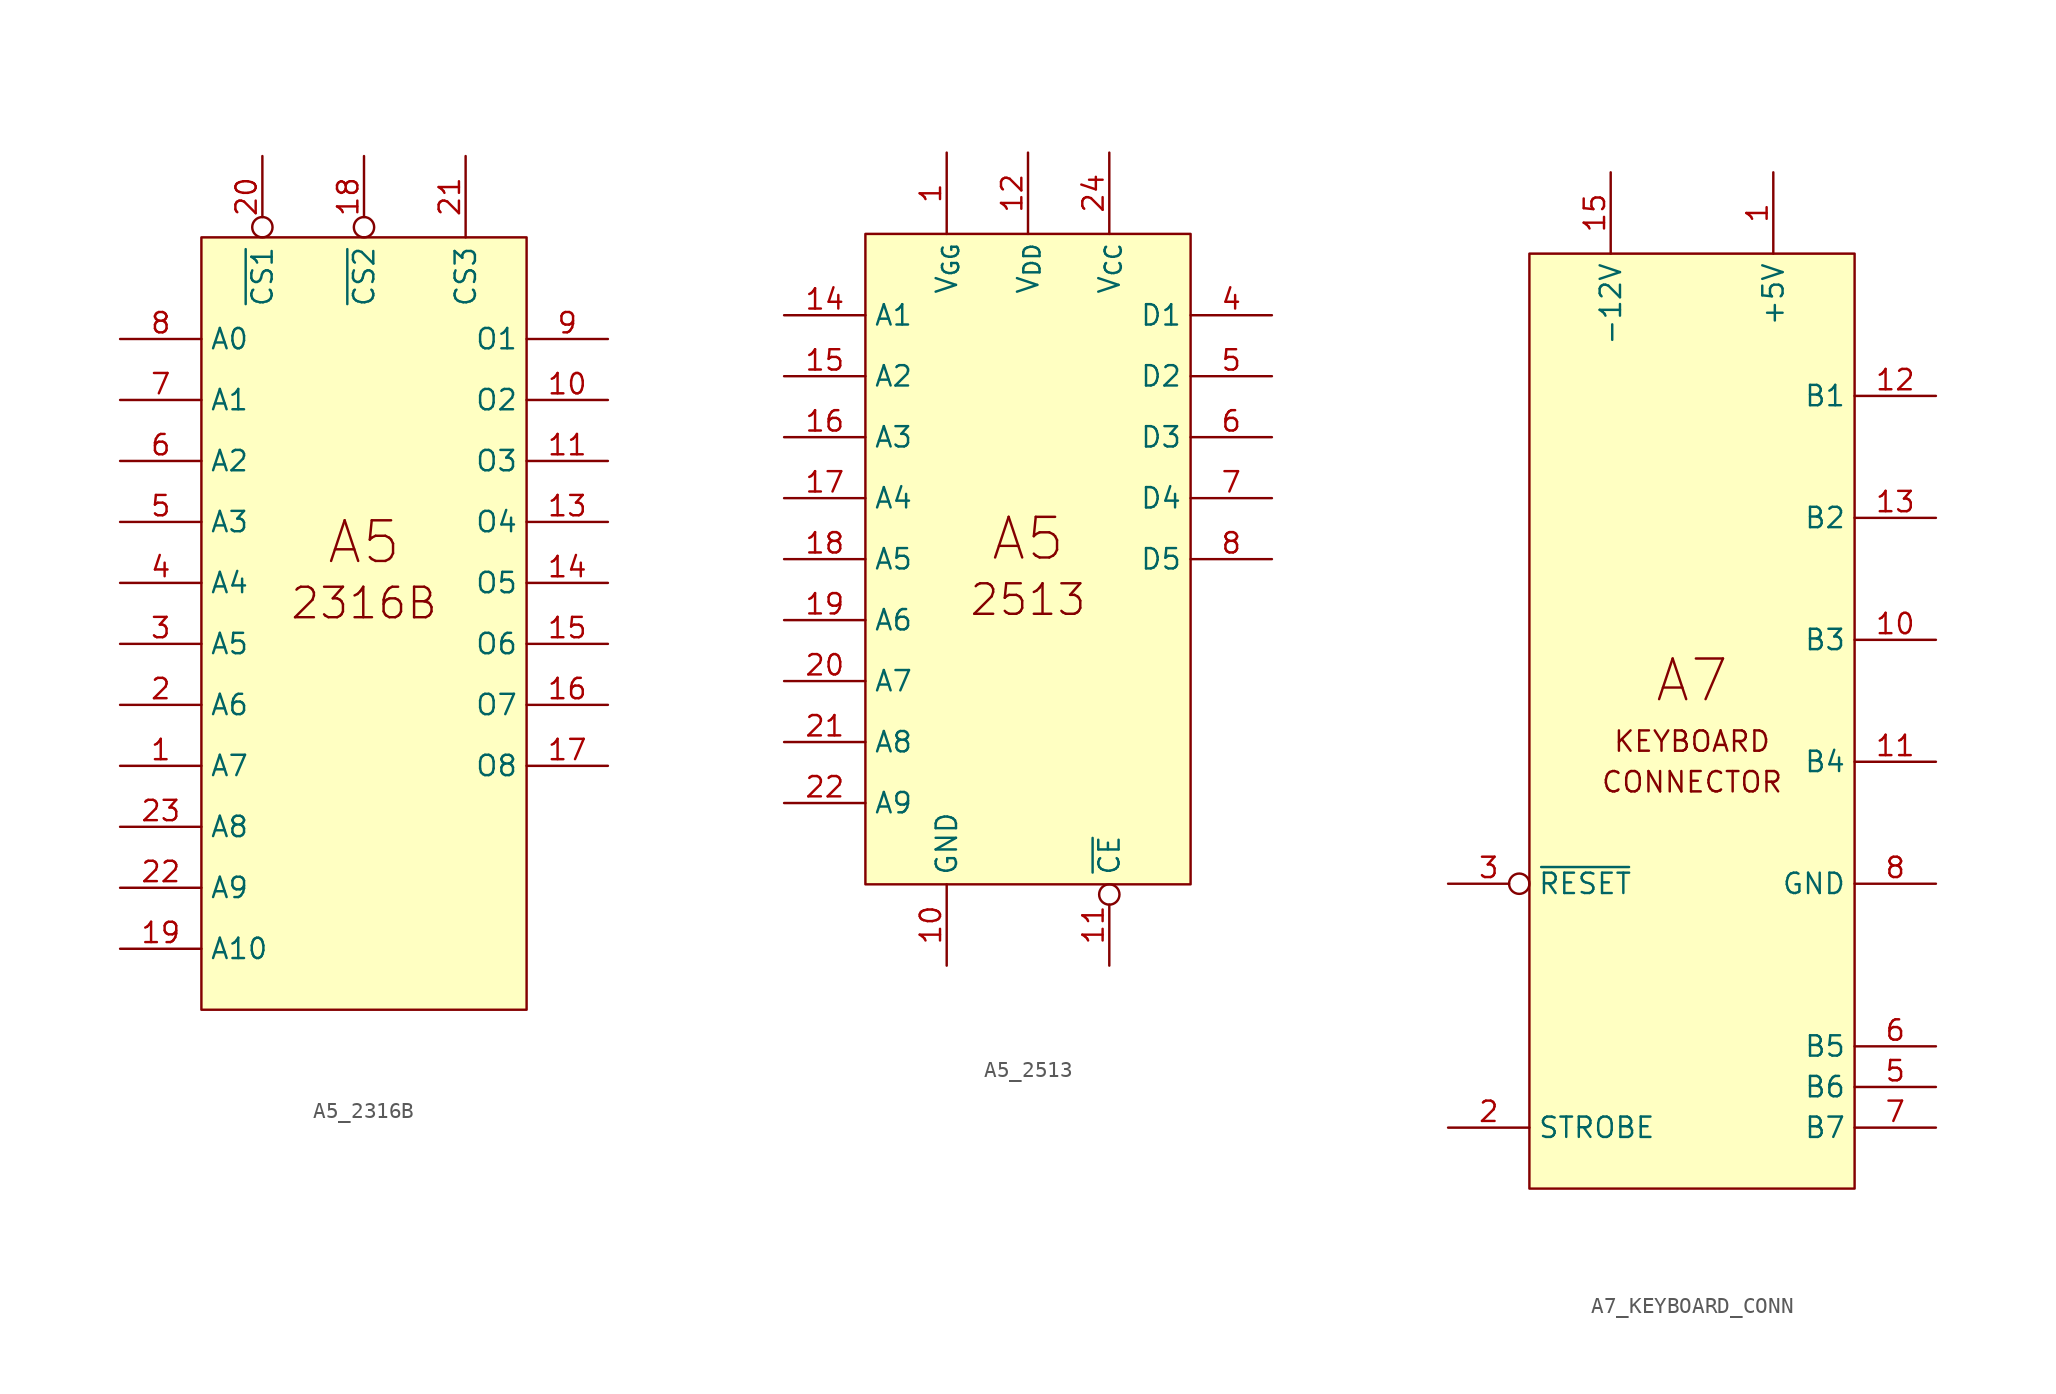
<source format=kicad_sym>
(kicad_symbol_lib
  (version 20211014)
  (generator kicad_symbol_editor)
  (symbol "A5_2316B"
    (property "Reference" "U"
      (at -44.45 30.48 0)
      (effects (font (size 1.27 1.27)) hide))
    (symbol "A5_2316B_0_0"
      (rectangle (start 0 -1.27) (end 20.32 -49.53) (stroke (width 0) (type default) (color 0 0 0 0)) (fill (type background)))
      (text "2316B" (at 10.16 -24.13 0) (effects (font (size 1.905 1.905))))
      (text "A5" (at 10.16 -20.32 0) (effects (font (size 2.54 2.54))))
      (pin passive inverted (at 10.16 3.81 270) (length 5.08) (name "~{CS2}" (effects (font (size 1.27 1.27)))) (number "18" (effects (font (size 1.27 1.27)))))
      (pin passive inverted (at 3.81 3.81 270) (length 5.08) (name "~{CS1}" (effects (font (size 1.27 1.27)))) (number "20" (effects (font (size 1.27 1.27)))))
      (pin passive line (at 16.51 3.81 270) (length 5.08) (name "CS3" (effects (font (size 1.27 1.27)))) (number "21" (effects (font (size 1.27 1.27))))))
    (symbol "A5_2316B_1_0"
      (pin passive line (at -5.08 -34.29 0) (length 5.08) (name "A7" (effects (font (size 1.27 1.27)))) (number "1" (effects (font (size 1.27 1.27)))))
      (pin passive line (at 25.4 -11.43 180) (length 5.08) (name "O2" (effects (font (size 1.27 1.27)))) (number "10" (effects (font (size 1.27 1.27)))))
      (pin passive line (at 25.4 -15.24 180) (length 5.08) (name "O3" (effects (font (size 1.27 1.27)))) (number "11" (effects (font (size 1.27 1.27)))))
      (pin passive line (at 25.4 -19.05 180) (length 5.08) (name "O4" (effects (font (size 1.27 1.27)))) (number "13" (effects (font (size 1.27 1.27)))))
      (pin passive line (at 25.4 -22.86 180) (length 5.08) (name "O5" (effects (font (size 1.27 1.27)))) (number "14" (effects (font (size 1.27 1.27)))))
      (pin input line (at 25.4 -26.67 180) (length 5.08) (name "O6" (effects (font (size 1.27 1.27)))) (number "15" (effects (font (size 1.27 1.27)))))
      (pin input line (at 25.4 -30.48 180) (length 5.08) (name "O7" (effects (font (size 1.27 1.27)))) (number "16" (effects (font (size 1.27 1.27)))))
      (pin input line (at 25.4 -34.29 180) (length 5.08) (name "O8" (effects (font (size 1.27 1.27)))) (number "17" (effects (font (size 1.27 1.27)))))
      (pin input line (at -5.08 -45.72 0) (length 5.08) (name "A10" (effects (font (size 1.27 1.27)))) (number "19" (effects (font (size 1.27 1.27)))))
      (pin passive line (at -5.08 -30.48 0) (length 5.08) (name "A6" (effects (font (size 1.27 1.27)))) (number "2" (effects (font (size 1.27 1.27)))))
      (pin passive line (at -5.08 -41.91 0) (length 5.08) (name "A9" (effects (font (size 1.27 1.27)))) (number "22" (effects (font (size 1.27 1.27)))))
      (pin passive line (at -5.08 -38.1 0) (length 5.08) (name "A8" (effects (font (size 1.27 1.27)))) (number "23" (effects (font (size 1.27 1.27)))))
      (pin passive line (at -5.08 -26.67 0) (length 5.08) (name "A5" (effects (font (size 1.27 1.27)))) (number "3" (effects (font (size 1.27 1.27)))))
      (pin passive line (at -5.08 -22.86 0) (length 5.08) (name "A4" (effects (font (size 1.27 1.27)))) (number "4" (effects (font (size 1.27 1.27)))))
      (pin passive line (at -5.08 -19.05 0) (length 5.08) (name "A3" (effects (font (size 1.27 1.27)))) (number "5" (effects (font (size 1.27 1.27)))))
      (pin passive line (at -5.08 -15.24 0) (length 5.08) (name "A2" (effects (font (size 1.27 1.27)))) (number "6" (effects (font (size 1.27 1.27)))))
      (pin passive line (at -5.08 -11.43 0) (length 5.08) (name "A1" (effects (font (size 1.27 1.27)))) (number "7" (effects (font (size 1.27 1.27)))))
      (pin input line (at -5.08 -7.62 0) (length 5.08) (name "A0" (effects (font (size 1.27 1.27)))) (number "8" (effects (font (size 1.27 1.27)))))
      (pin passive line (at 25.4 -7.62 180) (length 5.08) (name "O1" (effects (font (size 1.27 1.27)))) (number "9" (effects (font (size 1.27 1.27)))))))
  (symbol "A5_2513"
    (property "Reference" "U"
      (at -44.45 30.48 0)
      (effects (font (size 1.27 1.27)) hide))
    (symbol "A5_2513_0_0"
      (rectangle (start 0 -1.27) (end 20.32 -41.91) (stroke (width 0) (type default) (color 0 0 0 0)) (fill (type background)))
      (text "2513" (at 10.16 -24.13 0) (effects (font (size 1.905 1.905))))
      (text "A5" (at 10.16 -20.32 0) (effects (font (size 2.54 2.54)))))
    (symbol "A5_2513_1_0"
      (pin input line (at 5.08 3.81 270) (length 5.08) (name "V_{GG}" (effects (font (size 1.27 1.27)))) (number "1" (effects (font (size 1.27 1.27)))))
      (pin input line (at 5.08 -46.99 90) (length 5.08) (name "GND" (effects (font (size 1.27 1.27)))) (number "10" (effects (font (size 1.27 1.27)))))
      (pin input inverted (at 15.24 -46.99 90) (length 5.08) (name "~{CE}" (effects (font (size 1.27 1.27)))) (number "11" (effects (font (size 1.27 1.27)))))
      (pin input line (at 10.16 3.81 270) (length 5.08) (name "V_{DD}" (effects (font (size 1.27 1.27)))) (number "12" (effects (font (size 1.27 1.27)))))
      (pin passive line (at -5.08 -6.35 0) (length 5.08) (name "A1" (effects (font (size 1.27 1.27)))) (number "14" (effects (font (size 1.27 1.27)))))
      (pin passive line (at -5.08 -10.16 0) (length 5.08) (name "A2" (effects (font (size 1.27 1.27)))) (number "15" (effects (font (size 1.27 1.27)))))
      (pin passive line (at -5.08 -13.97 0) (length 5.08) (name "A3" (effects (font (size 1.27 1.27)))) (number "16" (effects (font (size 1.27 1.27)))))
      (pin passive line (at -5.08 -17.78 0) (length 5.08) (name "A4" (effects (font (size 1.27 1.27)))) (number "17" (effects (font (size 1.27 1.27)))))
      (pin passive line (at -5.08 -21.59 0) (length 5.08) (name "A5" (effects (font (size 1.27 1.27)))) (number "18" (effects (font (size 1.27 1.27)))))
      (pin passive line (at -5.08 -25.4 0) (length 5.08) (name "A6" (effects (font (size 1.27 1.27)))) (number "19" (effects (font (size 1.27 1.27)))))
      (pin passive line (at -5.08 -29.21 0) (length 5.08) (name "A7" (effects (font (size 1.27 1.27)))) (number "20" (effects (font (size 1.27 1.27)))))
      (pin passive line (at -5.08 -33.02 0) (length 5.08) (name "A8" (effects (font (size 1.27 1.27)))) (number "21" (effects (font (size 1.27 1.27)))))
      (pin passive line (at -5.08 -36.83 0) (length 5.08) (name "A9" (effects (font (size 1.27 1.27)))) (number "22" (effects (font (size 1.27 1.27)))))
      (pin input line (at 15.24 3.81 270) (length 5.08) (name "V_{CC}" (effects (font (size 1.27 1.27)))) (number "24" (effects (font (size 1.27 1.27)))))
      (pin passive line (at 25.4 -6.35 180) (length 5.08) (name "D1" (effects (font (size 1.27 1.27)))) (number "4" (effects (font (size 1.27 1.27)))))
      (pin passive line (at 25.4 -10.16 180) (length 5.08) (name "D2" (effects (font (size 1.27 1.27)))) (number "5" (effects (font (size 1.27 1.27)))))
      (pin passive line (at 25.4 -13.97 180) (length 5.08) (name "D3" (effects (font (size 1.27 1.27)))) (number "6" (effects (font (size 1.27 1.27)))))
      (pin passive line (at 25.4 -17.78 180) (length 5.08) (name "D4" (effects (font (size 1.27 1.27)))) (number "7" (effects (font (size 1.27 1.27)))))
      (pin passive line (at 25.4 -21.59 180) (length 5.08) (name "D5" (effects (font (size 1.27 1.27)))) (number "8" (effects (font (size 1.27 1.27)))))))
  (symbol "A7_KEYBOARD_CONN"
    (property "Reference" "U"
      (at -25.4 21.59 0)
      (effects (font (size 1.27 1.27)) hide))
    (symbol "A7_KEYBOARD_CONN_0_0"
      (text "A7" (at 10.16 -26.67 0) (effects (font (size 2.54 2.54))))
      (text "CONNECTOR" (at 10.16 -33.02 0) (effects (font (size 1.27 1.27))))
      (text "KEYBOARD" (at 10.16 -30.48 0) (effects (font (size 1.27 1.27)))))
    (symbol "A7_KEYBOARD_CONN_0_1"
      (rectangle (start 0 0) (end 20.32 -58.42) (stroke (width 0) (type default) (color 0 0 0 0)) (fill (type background))))
    (symbol "A7_KEYBOARD_CONN_1_1"
      (pin passive line (at 15.24 5.08 270) (length 5.08) (name "+5V" (effects (font (size 1.27 1.27)))) (number "1" (effects (font (size 1.27 1.27)))))
      (pin passive line (at 25.4 -24.13 180) (length 5.08) (name "B3" (effects (font (size 1.27 1.27)))) (number "10" (effects (font (size 1.27 1.27)))))
      (pin passive line (at 25.4 -31.75 180) (length 5.08) (name "B4" (effects (font (size 1.27 1.27)))) (number "11" (effects (font (size 1.27 1.27)))))
      (pin passive line (at 25.4 -8.89 180) (length 5.08) (name "B1" (effects (font (size 1.27 1.27)))) (number "12" (effects (font (size 1.27 1.27)))))
      (pin passive line (at 25.4 -16.51 180) (length 5.08) (name "B2" (effects (font (size 1.27 1.27)))) (number "13" (effects (font (size 1.27 1.27)))))
      (pin passive line (at 5.08 5.08 270) (length 5.08) (name "-12V" (effects (font (size 1.27 1.27)))) (number "15" (effects (font (size 1.27 1.27)))))
      (pin passive line (at -5.08 -54.61 0) (length 5.08) (name "STROBE" (effects (font (size 1.27 1.27)))) (number "2" (effects (font (size 1.27 1.27)))))
      (pin passive inverted (at -5.08 -39.37 0) (length 5.08) (name "~{RESET}" (effects (font (size 1.27 1.27)))) (number "3" (effects (font (size 1.27 1.27)))))
      (pin passive line (at 25.4 -52.07 180) (length 5.08) (name "B6" (effects (font (size 1.27 1.27)))) (number "5" (effects (font (size 1.27 1.27)))))
      (pin passive line (at 25.4 -49.53 180) (length 5.08) (name "B5" (effects (font (size 1.27 1.27)))) (number "6" (effects (font (size 1.27 1.27)))))
      (pin passive line (at 25.4 -54.61 180) (length 5.08) (name "B7" (effects (font (size 1.27 1.27)))) (number "7" (effects (font (size 1.27 1.27)))))
      (pin passive line (at 25.4 -39.37 180) (length 5.08) (name "GND" (effects (font (size 1.27 1.27)))) (number "8" (effects (font (size 1.27 1.27))))))))
</source>
